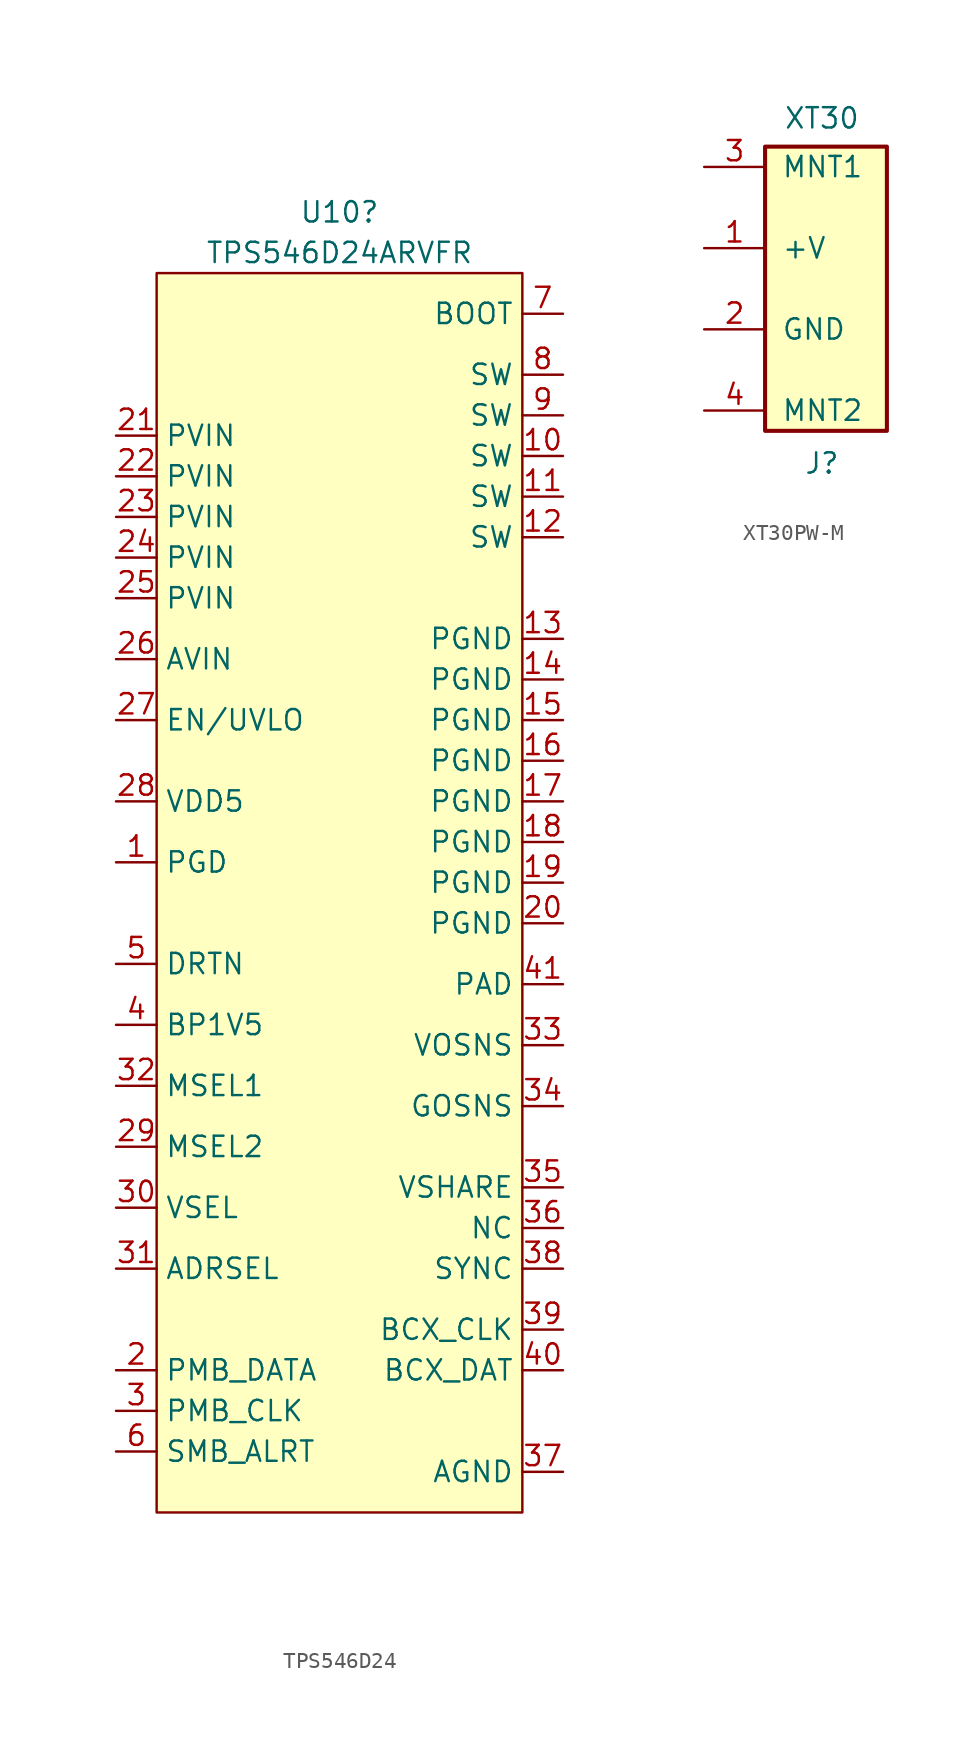
<source format=kicad_sym>
(kicad_symbol_lib
  (version 20231120)
  (generator "kicad_symbol_editor")
  (generator_version "8.0")
  (symbol "TPS546D24"
    (property "Reference" "U10"
      (at 0 45.72 0)
      (effects (font (size 1.27 1.27))))
    (property "Value" "TPS546D24ARVFR"
      (at 0 43.18 0)
      (effects (font (size 1.27 1.27))))
    (symbol "TPS546D24_0_1"
      (rectangle (start -11.43 41.91) (end 11.43 -35.56) (stroke (width 0.152) (type default)) (fill (type background))))
    (symbol "TPS546D24_1_1"
      (pin input line (at -13.97 5.08 0) (length 2.54) (name "PGD" (effects (font (size 1.27 1.27)))) (number "1" (effects (font (size 1.27 1.27)))))
      (pin power_in line (at 13.97 30.48 180) (length 2.54) (name "SW" (effects (font (size 1.27 1.27)))) (number "10" (effects (font (size 1.27 1.27)))))
      (pin output line (at 13.97 27.94 180) (length 2.54) (name "SW" (effects (font (size 1.27 1.27)))) (number "11" (effects (font (size 1.27 1.27)))))
      (pin power_out line (at 13.97 25.4 180) (length 2.54) (name "SW" (effects (font (size 1.27 1.27)))) (number "12" (effects (font (size 1.27 1.27)))))
      (pin output line (at 13.97 19.05 180) (length 2.54) (name "PGND" (effects (font (size 1.27 1.27)))) (number "13" (effects (font (size 1.27 1.27)))))
      (pin output line (at 13.97 16.51 180) (length 2.54) (name "PGND" (effects (font (size 1.27 1.27)))) (number "14" (effects (font (size 1.27 1.27)))))
      (pin input line (at 13.97 13.97 180) (length 2.54) (name "PGND" (effects (font (size 1.27 1.27)))) (number "15" (effects (font (size 1.27 1.27)))))
      (pin input line (at 13.97 11.43 180) (length 2.54) (name "PGND" (effects (font (size 1.27 1.27)))) (number "16" (effects (font (size 1.27 1.27)))))
      (pin power_in line (at 13.97 8.89 180) (length 2.54) (name "PGND" (effects (font (size 1.27 1.27)))) (number "17" (effects (font (size 1.27 1.27)))))
      (pin input line (at 13.97 6.35 180) (length 2.54) (name "PGND" (effects (font (size 1.27 1.27)))) (number "18" (effects (font (size 1.27 1.27)))))
      (pin input line (at 13.97 3.81 180) (length 2.54) (name "PGND" (effects (font (size 1.27 1.27)))) (number "19" (effects (font (size 1.27 1.27)))))
      (pin input line (at -13.97 -26.67 0) (length 2.54) (name "PMB_DATA" (effects (font (size 1.27 1.27)))) (number "2" (effects (font (size 1.27 1.27)))))
      (pin power_in line (at 13.97 1.27 180) (length 2.54) (name "PGND" (effects (font (size 1.27 1.27)))) (number "20" (effects (font (size 1.27 1.27)))))
      (pin input line (at -13.97 31.75 0) (length 2.54) (name "PVIN" (effects (font (size 1.27 1.27)))) (number "21" (effects (font (size 1.27 1.27)))))
      (pin input line (at -13.97 29.21 0) (length 2.54) (name "PVIN" (effects (font (size 1.27 1.27)))) (number "22" (effects (font (size 1.27 1.27)))))
      (pin input line (at -13.97 26.67 0) (length 2.54) (name "PVIN" (effects (font (size 1.27 1.27)))) (number "23" (effects (font (size 1.27 1.27)))))
      (pin input line (at -13.97 24.13 0) (length 2.54) (name "PVIN" (effects (font (size 1.27 1.27)))) (number "24" (effects (font (size 1.27 1.27)))))
      (pin input line (at -13.97 21.59 0) (length 2.54) (name "PVIN" (effects (font (size 1.27 1.27)))) (number "25" (effects (font (size 1.27 1.27)))))
      (pin input line (at -13.97 17.78 0) (length 2.54) (name "AVIN" (effects (font (size 1.27 1.27)))) (number "26" (effects (font (size 1.27 1.27)))))
      (pin input line (at -13.97 13.97 0) (length 2.54) (name "EN/UVLO" (effects (font (size 1.27 1.27)))) (number "27" (effects (font (size 1.27 1.27)))))
      (pin output line (at -13.97 8.89 0) (length 2.54) (name "VDD5" (effects (font (size 1.27 1.27)))) (number "28" (effects (font (size 1.27 1.27)))))
      (pin input line (at -13.97 -12.7 0) (length 2.54) (name "MSEL2" (effects (font (size 1.27 1.27)))) (number "29" (effects (font (size 1.27 1.27)))))
      (pin input line (at -13.97 -29.21 0) (length 2.54) (name "PMB_CLK" (effects (font (size 1.27 1.27)))) (number "3" (effects (font (size 1.27 1.27)))))
      (pin input line (at -13.97 -16.51 0) (length 2.54) (name "VSEL" (effects (font (size 1.27 1.27)))) (number "30" (effects (font (size 1.27 1.27)))))
      (pin input line (at -13.97 -20.32 0) (length 2.54) (name "ADRSEL" (effects (font (size 1.27 1.27)))) (number "31" (effects (font (size 1.27 1.27)))))
      (pin input line (at -13.97 -8.89 0) (length 2.54) (name "MSEL1" (effects (font (size 1.27 1.27)))) (number "32" (effects (font (size 1.27 1.27)))))
      (pin output line (at 13.97 -6.35 180) (length 2.54) (name "VOSNS" (effects (font (size 1.27 1.27)))) (number "33" (effects (font (size 1.27 1.27)))))
      (pin output line (at 13.97 -10.16 180) (length 2.54) (name "GOSNS" (effects (font (size 1.27 1.27)))) (number "34" (effects (font (size 1.27 1.27)))))
      (pin input line (at 13.97 -15.24 180) (length 2.54) (name "VSHARE" (effects (font (size 1.27 1.27)))) (number "35" (effects (font (size 1.27 1.27)))))
      (pin input line (at 13.97 -17.78 180) (length 2.54) (name "NC" (effects (font (size 1.27 1.27)))) (number "36" (effects (font (size 1.27 1.27)))))
      (pin power_in line (at 13.97 -33.02 180) (length 2.54) (name "AGND" (effects (font (size 1.27 1.27)))) (number "37" (effects (font (size 1.27 1.27)))))
      (pin input line (at 13.97 -20.32 180) (length 2.54) (name "SYNC" (effects (font (size 1.27 1.27)))) (number "38" (effects (font (size 1.27 1.27)))))
      (pin input line (at 13.97 -24.13 180) (length 2.54) (name "BCX_CLK" (effects (font (size 1.27 1.27)))) (number "39" (effects (font (size 1.27 1.27)))))
      (pin input line (at -13.97 -5.08 0) (length 2.54) (name "BP1V5" (effects (font (size 1.27 1.27)))) (number "4" (effects (font (size 1.27 1.27)))))
      (pin input line (at 13.97 -26.67 180) (length 2.54) (name "BCX_DAT" (effects (font (size 1.27 1.27)))) (number "40" (effects (font (size 1.27 1.27)))))
      (pin power_in line (at 13.97 -2.54 180) (length 2.54) (name "PAD" (effects (font (size 1.27 1.27)))) (number "41" (effects (font (size 1.27 1.27)))))
      (pin input line (at -13.97 -1.27 0) (length 2.54) (name "DRTN" (effects (font (size 1.27 1.27)))) (number "5" (effects (font (size 1.27 1.27)))))
      (pin input line (at -13.97 -31.75 0) (length 2.54) (name "SMB_ALRT" (effects (font (size 1.27 1.27)))) (number "6" (effects (font (size 1.27 1.27)))))
      (pin input line (at 13.97 39.37 180) (length 2.54) (name "BOOT" (effects (font (size 1.27 1.27)))) (number "7" (effects (font (size 1.27 1.27)))))
      (pin output line (at 13.97 35.56 180) (length 2.54) (name "SW" (effects (font (size 1.27 1.27)))) (number "8" (effects (font (size 1.27 1.27)))))
      (pin power_in line (at 13.97 33.02 180) (length 2.54) (name "SW" (effects (font (size 1.27 1.27)))) (number "9" (effects (font (size 1.27 1.27)))))))
  (symbol "XT30PW-M"
    (pin_names
      (offset 1.016))
    (property "Reference" "J"
      (at -0.254 -10.922 0)
      (effects (font (size 1.27 1.27))))
    (property "Value" "XT30"
      (at -0.254 10.668 0)
      (effects (font (size 1.27 1.27))))
    (symbol "XT30PW-M_1_1"
      (rectangle (start -3.81 8.89) (end 3.81 -8.89) (stroke (width 0.254) (type default)) (fill (type background)))
      (pin power_in line (at -7.62 2.54 0) (length 3.81) (name "+V" (effects (font (size 1.27 1.27)))) (number "1" (effects (font (size 1.27 1.27)))))
      (pin power_in line (at -7.62 -2.54 0) (length 3.81) (name "GND" (effects (font (size 1.27 1.27)))) (number "2" (effects (font (size 1.27 1.27)))))
      (pin passive line (at -7.62 7.62 0) (length 3.81) (name "MNT1" (effects (font (size 1.27 1.27)))) (number "3" (effects (font (size 1.27 1.27)))))
      (pin passive line (at -7.62 -7.62 0) (length 3.81) (name "MNT2" (effects (font (size 1.27 1.27)))) (number "4" (effects (font (size 1.27 1.27))))))))
</source>
